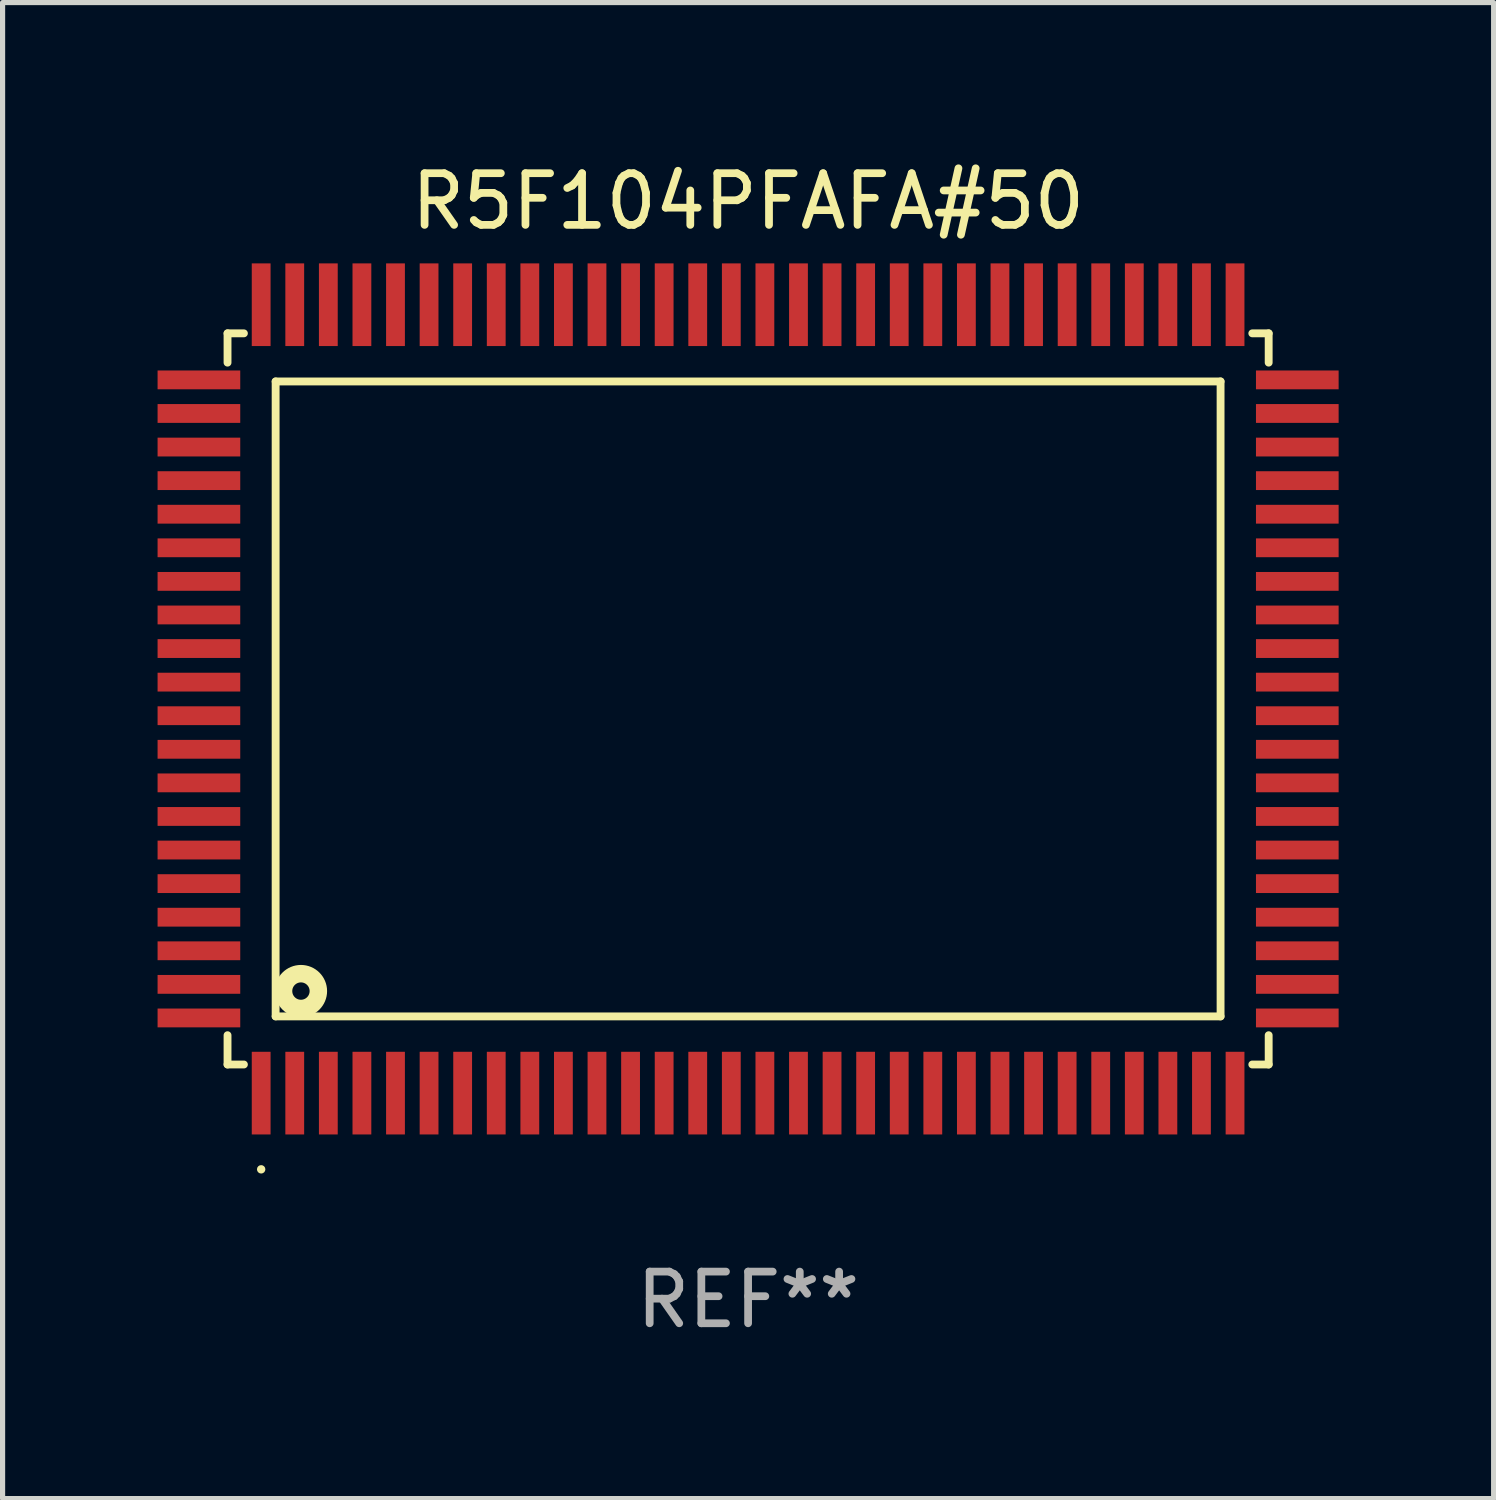
<source format=kicad_pcb>
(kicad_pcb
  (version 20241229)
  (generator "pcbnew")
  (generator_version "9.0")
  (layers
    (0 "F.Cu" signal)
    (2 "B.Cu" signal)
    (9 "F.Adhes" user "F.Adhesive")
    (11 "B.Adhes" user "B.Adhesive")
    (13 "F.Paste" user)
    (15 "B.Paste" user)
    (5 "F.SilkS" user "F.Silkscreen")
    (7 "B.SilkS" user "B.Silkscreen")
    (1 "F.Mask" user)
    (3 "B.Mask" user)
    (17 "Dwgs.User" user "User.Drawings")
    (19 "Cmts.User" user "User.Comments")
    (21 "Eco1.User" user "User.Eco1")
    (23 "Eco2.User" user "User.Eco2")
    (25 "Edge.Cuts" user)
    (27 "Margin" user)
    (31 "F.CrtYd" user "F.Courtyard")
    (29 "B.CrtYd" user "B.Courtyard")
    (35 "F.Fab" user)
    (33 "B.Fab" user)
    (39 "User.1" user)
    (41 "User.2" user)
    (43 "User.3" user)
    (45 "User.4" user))
  (footprint "R5F104PFAFA#50"
    (layer "F.Cu")
    (at 11.43 10.478)
    (property "Reference" "R5F104PFAFA#50" (at 0 -9.63 0) (layer "F.SilkS") (effects (font (size 1 1) (thickness 0.15))))
    (attr through_hole)
    (fp_line (start -10.076 -7.076) (end -10.076 -6.509) (stroke (width 0.152) (type solid)) (layer "F.SilkS"))
    (fp_line (start -10.076 7.076) (end -10.076 6.509) (stroke (width 0.152) (type solid)) (layer "F.SilkS"))
    (fp_line (start -9.759 -7.076) (end -10.076 -7.076) (stroke (width 0.152) (type solid)) (layer "F.SilkS"))
    (fp_line (start -9.759 7.076) (end -10.076 7.076) (stroke (width 0.152) (type solid)) (layer "F.SilkS"))
    (fp_line (start -9.145 -6.145) (end 9.145 -6.145) (stroke (width 0.152) (type solid)) (layer "F.SilkS"))
    (fp_line (start -9.145 6.145) (end -9.145 -6.145) (stroke (width 0.152) (type solid)) (layer "F.SilkS"))
    (fp_line (start 9.145 -6.145) (end 9.145 6.145) (stroke (width 0.152) (type solid)) (layer "F.SilkS"))
    (fp_line (start 9.145 6.145) (end -9.145 6.145) (stroke (width 0.152) (type solid)) (layer "F.SilkS"))
    (fp_line (start 9.759 -7.076) (end 10.076 -7.076) (stroke (width 0.152) (type solid)) (layer "F.SilkS"))
    (fp_line (start 9.759 7.076) (end 10.076 7.076) (stroke (width 0.152) (type solid)) (layer "F.SilkS"))
    (fp_line (start 10.076 -7.076) (end 10.076 -6.509) (stroke (width 0.152) (type solid)) (layer "F.SilkS"))
    (fp_line (start 10.076 7.076) (end 10.076 6.509) (stroke (width 0.152) (type solid)) (layer "F.SilkS"))
    (fp_circle (center -9.425 9.105) (end -9.384 9.105) (stroke (width 0.081) (type solid)) (fill no) (layer "F.SilkS"))
    (fp_circle (center -8.655 5.655) (end -8.487 5.655) (stroke (width 0.338) (type solid)) (fill no) (layer "F.SilkS"))
    (fp_text user "REF**" (at 0 11.63 0) (layer "F.Fab") (effects (font (size 1 1) (thickness 0.15))))
    (pad "1" smd rect (at -9.425 7.63) (size 0.364 1.6) (layers "F.Cu" "F.Mask" "F.Paste"))
    (pad "2" smd rect (at -8.775 7.63) (size 0.364 1.6) (layers "F.Cu" "F.Mask" "F.Paste"))
    (pad "3" smd rect (at -8.125 7.63) (size 0.364 1.6) (layers "F.Cu" "F.Mask" "F.Paste"))
    (pad "4" smd rect (at -7.475 7.63) (size 0.364 1.6) (layers "F.Cu" "F.Mask" "F.Paste"))
    (pad "5" smd rect (at -6.825 7.63) (size 0.364 1.6) (layers "F.Cu" "F.Mask" "F.Paste"))
    (pad "6" smd rect (at -6.175 7.63) (size 0.364 1.6) (layers "F.Cu" "F.Mask" "F.Paste"))
    (pad "7" smd rect (at -5.525 7.63) (size 0.364 1.6) (layers "F.Cu" "F.Mask" "F.Paste"))
    (pad "8" smd rect (at -4.875 7.63) (size 0.364 1.6) (layers "F.Cu" "F.Mask" "F.Paste"))
    (pad "9" smd rect (at -4.225 7.63) (size 0.364 1.6) (layers "F.Cu" "F.Mask" "F.Paste"))
    (pad "10" smd rect (at -3.575 7.63) (size 0.364 1.6) (layers "F.Cu" "F.Mask" "F.Paste"))
    (pad "11" smd rect (at -2.925 7.63) (size 0.364 1.6) (layers "F.Cu" "F.Mask" "F.Paste"))
    (pad "12" smd rect (at -2.275 7.63) (size 0.364 1.6) (layers "F.Cu" "F.Mask" "F.Paste"))
    (pad "13" smd rect (at -1.625 7.63) (size 0.364 1.6) (layers "F.Cu" "F.Mask" "F.Paste"))
    (pad "14" smd rect (at -0.975 7.63) (size 0.364 1.6) (layers "F.Cu" "F.Mask" "F.Paste"))
    (pad "15" smd rect (at -0.325 7.63) (size 0.364 1.6) (layers "F.Cu" "F.Mask" "F.Paste"))
    (pad "16" smd rect (at 0.325 7.63) (size 0.364 1.6) (layers "F.Cu" "F.Mask" "F.Paste"))
    (pad "17" smd rect (at 0.975 7.63) (size 0.364 1.6) (layers "F.Cu" "F.Mask" "F.Paste"))
    (pad "18" smd rect (at 1.625 7.63) (size 0.364 1.6) (layers "F.Cu" "F.Mask" "F.Paste"))
    (pad "19" smd rect (at 2.275 7.63) (size 0.364 1.6) (layers "F.Cu" "F.Mask" "F.Paste"))
    (pad "20" smd rect (at 2.925 7.63) (size 0.364 1.6) (layers "F.Cu" "F.Mask" "F.Paste"))
    (pad "21" smd rect (at 3.575 7.63) (size 0.364 1.6) (layers "F.Cu" "F.Mask" "F.Paste"))
    (pad "22" smd rect (at 4.225 7.63) (size 0.364 1.6) (layers "F.Cu" "F.Mask" "F.Paste"))
    (pad "23" smd rect (at 4.875 7.63) (size 0.364 1.6) (layers "F.Cu" "F.Mask" "F.Paste"))
    (pad "24" smd rect (at 5.525 7.63) (size 0.364 1.6) (layers "F.Cu" "F.Mask" "F.Paste"))
    (pad "25" smd rect (at 6.175 7.63) (size 0.364 1.6) (layers "F.Cu" "F.Mask" "F.Paste"))
    (pad "26" smd rect (at 6.825 7.63) (size 0.364 1.6) (layers "F.Cu" "F.Mask" "F.Paste"))
    (pad "27" smd rect (at 7.475 7.63) (size 0.364 1.6) (layers "F.Cu" "F.Mask" "F.Paste"))
    (pad "28" smd rect (at 8.125 7.63) (size 0.364 1.6) (layers "F.Cu" "F.Mask" "F.Paste"))
    (pad "29" smd rect (at 8.775 7.63) (size 0.364 1.6) (layers "F.Cu" "F.Mask" "F.Paste"))
    (pad "30" smd rect (at 9.425 7.63) (size 0.364 1.6) (layers "F.Cu" "F.Mask" "F.Paste"))
    (pad "31" smd rect (at 10.63 6.175) (size 1.6 0.364) (layers "F.Cu" "F.Mask" "F.Paste"))
    (pad "32" smd rect (at 10.63 5.525) (size 1.6 0.364) (layers "F.Cu" "F.Mask" "F.Paste"))
    (pad "33" smd rect (at 10.63 4.875) (size 1.6 0.364) (layers "F.Cu" "F.Mask" "F.Paste"))
    (pad "34" smd rect (at 10.63 4.225) (size 1.6 0.364) (layers "F.Cu" "F.Mask" "F.Paste"))
    (pad "35" smd rect (at 10.63 3.575) (size 1.6 0.364) (layers "F.Cu" "F.Mask" "F.Paste"))
    (pad "36" smd rect (at 10.63 2.925) (size 1.6 0.364) (layers "F.Cu" "F.Mask" "F.Paste"))
    (pad "37" smd rect (at 10.63 2.275) (size 1.6 0.364) (layers "F.Cu" "F.Mask" "F.Paste"))
    (pad "38" smd rect (at 10.63 1.625) (size 1.6 0.364) (layers "F.Cu" "F.Mask" "F.Paste"))
    (pad "39" smd rect (at 10.63 0.975) (size 1.6 0.364) (layers "F.Cu" "F.Mask" "F.Paste"))
    (pad "40" smd rect (at 10.63 0.325) (size 1.6 0.364) (layers "F.Cu" "F.Mask" "F.Paste"))
    (pad "41" smd rect (at 10.63 -0.325) (size 1.6 0.364) (layers "F.Cu" "F.Mask" "F.Paste"))
    (pad "42" smd rect (at 10.63 -0.975) (size 1.6 0.364) (layers "F.Cu" "F.Mask" "F.Paste"))
    (pad "43" smd rect (at 10.63 -1.625) (size 1.6 0.364) (layers "F.Cu" "F.Mask" "F.Paste"))
    (pad "44" smd rect (at 10.63 -2.275) (size 1.6 0.364) (layers "F.Cu" "F.Mask" "F.Paste"))
    (pad "45" smd rect (at 10.63 -2.925) (size 1.6 0.364) (layers "F.Cu" "F.Mask" "F.Paste"))
    (pad "46" smd rect (at 10.63 -3.575) (size 1.6 0.364) (layers "F.Cu" "F.Mask" "F.Paste"))
    (pad "47" smd rect (at 10.63 -4.225) (size 1.6 0.364) (layers "F.Cu" "F.Mask" "F.Paste"))
    (pad "48" smd rect (at 10.63 -4.875) (size 1.6 0.364) (layers "F.Cu" "F.Mask" "F.Paste"))
    (pad "49" smd rect (at 10.63 -5.525) (size 1.6 0.364) (layers "F.Cu" "F.Mask" "F.Paste"))
    (pad "50" smd rect (at 10.63 -6.175) (size 1.6 0.364) (layers "F.Cu" "F.Mask" "F.Paste"))
    (pad "51" smd rect (at 9.425 -7.63) (size 0.364 1.6) (layers "F.Cu" "F.Mask" "F.Paste"))
    (pad "52" smd rect (at 8.775 -7.63) (size 0.364 1.6) (layers "F.Cu" "F.Mask" "F.Paste"))
    (pad "53" smd rect (at 8.125 -7.63) (size 0.364 1.6) (layers "F.Cu" "F.Mask" "F.Paste"))
    (pad "54" smd rect (at 7.475 -7.63) (size 0.364 1.6) (layers "F.Cu" "F.Mask" "F.Paste"))
    (pad "55" smd rect (at 6.825 -7.63) (size 0.364 1.6) (layers "F.Cu" "F.Mask" "F.Paste"))
    (pad "56" smd rect (at 6.175 -7.63) (size 0.364 1.6) (layers "F.Cu" "F.Mask" "F.Paste"))
    (pad "57" smd rect (at 5.525 -7.63) (size 0.364 1.6) (layers "F.Cu" "F.Mask" "F.Paste"))
    (pad "58" smd rect (at 4.875 -7.63) (size 0.364 1.6) (layers "F.Cu" "F.Mask" "F.Paste"))
    (pad "59" smd rect (at 4.225 -7.63) (size 0.364 1.6) (layers "F.Cu" "F.Mask" "F.Paste"))
    (pad "60" smd rect (at 3.575 -7.63) (size 0.364 1.6) (layers "F.Cu" "F.Mask" "F.Paste"))
    (pad "61" smd rect (at 2.925 -7.63) (size 0.364 1.6) (layers "F.Cu" "F.Mask" "F.Paste"))
    (pad "62" smd rect (at 2.275 -7.63) (size 0.364 1.6) (layers "F.Cu" "F.Mask" "F.Paste"))
    (pad "63" smd rect (at 1.625 -7.63) (size 0.364 1.6) (layers "F.Cu" "F.Mask" "F.Paste"))
    (pad "64" smd rect (at 0.975 -7.63) (size 0.364 1.6) (layers "F.Cu" "F.Mask" "F.Paste"))
    (pad "65" smd rect (at 0.325 -7.63) (size 0.364 1.6) (layers "F.Cu" "F.Mask" "F.Paste"))
    (pad "66" smd rect (at -0.325 -7.63) (size 0.364 1.6) (layers "F.Cu" "F.Mask" "F.Paste"))
    (pad "67" smd rect (at -0.975 -7.63) (size 0.364 1.6) (layers "F.Cu" "F.Mask" "F.Paste"))
    (pad "68" smd rect (at -1.625 -7.63) (size 0.364 1.6) (layers "F.Cu" "F.Mask" "F.Paste"))
    (pad "69" smd rect (at -2.275 -7.63) (size 0.364 1.6) (layers "F.Cu" "F.Mask" "F.Paste"))
    (pad "70" smd rect (at -2.925 -7.63) (size 0.364 1.6) (layers "F.Cu" "F.Mask" "F.Paste"))
    (pad "71" smd rect (at -3.575 -7.63) (size 0.364 1.6) (layers "F.Cu" "F.Mask" "F.Paste"))
    (pad "72" smd rect (at -4.225 -7.63) (size 0.364 1.6) (layers "F.Cu" "F.Mask" "F.Paste"))
    (pad "73" smd rect (at -4.875 -7.63) (size 0.364 1.6) (layers "F.Cu" "F.Mask" "F.Paste"))
    (pad "74" smd rect (at -5.525 -7.63) (size 0.364 1.6) (layers "F.Cu" "F.Mask" "F.Paste"))
    (pad "75" smd rect (at -6.175 -7.63) (size 0.364 1.6) (layers "F.Cu" "F.Mask" "F.Paste"))
    (pad "76" smd rect (at -6.825 -7.63) (size 0.364 1.6) (layers "F.Cu" "F.Mask" "F.Paste"))
    (pad "77" smd rect (at -7.475 -7.63) (size 0.364 1.6) (layers "F.Cu" "F.Mask" "F.Paste"))
    (pad "78" smd rect (at -8.125 -7.63) (size 0.364 1.6) (layers "F.Cu" "F.Mask" "F.Paste"))
    (pad "79" smd rect (at -8.775 -7.63) (size 0.364 1.6) (layers "F.Cu" "F.Mask" "F.Paste"))
    (pad "80" smd rect (at -9.425 -7.63) (size 0.364 1.6) (layers "F.Cu" "F.Mask" "F.Paste"))
    (pad "81" smd rect (at -10.63 -6.175) (size 1.6 0.364) (layers "F.Cu" "F.Mask" "F.Paste"))
    (pad "82" smd rect (at -10.63 -5.525) (size 1.6 0.364) (layers "F.Cu" "F.Mask" "F.Paste"))
    (pad "83" smd rect (at -10.63 -4.875) (size 1.6 0.364) (layers "F.Cu" "F.Mask" "F.Paste"))
    (pad "84" smd rect (at -10.63 -4.225) (size 1.6 0.364) (layers "F.Cu" "F.Mask" "F.Paste"))
    (pad "85" smd rect (at -10.63 -3.575) (size 1.6 0.364) (layers "F.Cu" "F.Mask" "F.Paste"))
    (pad "86" smd rect (at -10.63 -2.925) (size 1.6 0.364) (layers "F.Cu" "F.Mask" "F.Paste"))
    (pad "87" smd rect (at -10.63 -2.275) (size 1.6 0.364) (layers "F.Cu" "F.Mask" "F.Paste"))
    (pad "88" smd rect (at -10.63 -1.625) (size 1.6 0.364) (layers "F.Cu" "F.Mask" "F.Paste"))
    (pad "89" smd rect (at -10.63 -0.975) (size 1.6 0.364) (layers "F.Cu" "F.Mask" "F.Paste"))
    (pad "90" smd rect (at -10.63 -0.325) (size 1.6 0.364) (layers "F.Cu" "F.Mask" "F.Paste"))
    (pad "91" smd rect (at -10.63 0.325) (size 1.6 0.364) (layers "F.Cu" "F.Mask" "F.Paste"))
    (pad "92" smd rect (at -10.63 0.975) (size 1.6 0.364) (layers "F.Cu" "F.Mask" "F.Paste"))
    (pad "93" smd rect (at -10.63 1.625) (size 1.6 0.364) (layers "F.Cu" "F.Mask" "F.Paste"))
    (pad "94" smd rect (at -10.63 2.275) (size 1.6 0.364) (layers "F.Cu" "F.Mask" "F.Paste"))
    (pad "95" smd rect (at -10.63 2.925) (size 1.6 0.364) (layers "F.Cu" "F.Mask" "F.Paste"))
    (pad "96" smd rect (at -10.63 3.575) (size 1.6 0.364) (layers "F.Cu" "F.Mask" "F.Paste"))
    (pad "97" smd rect (at -10.63 4.225) (size 1.6 0.364) (layers "F.Cu" "F.Mask" "F.Paste"))
    (pad "98" smd rect (at -10.63 4.875) (size 1.6 0.364) (layers "F.Cu" "F.Mask" "F.Paste"))
    (pad "99" smd rect (at -10.63 5.525) (size 1.6 0.364) (layers "F.Cu" "F.Mask" "F.Paste"))
    (pad "100" smd rect (at -10.63 6.175) (size 1.6 0.364) (layers "F.Cu" "F.Mask" "F.Paste")))
  (gr_rect
    (start -3 -3)
    (end 25.86 25.956)
    (stroke (width 0.1) (type default))
    (fill no)
    (layer "Edge.Cuts")))
</source>
